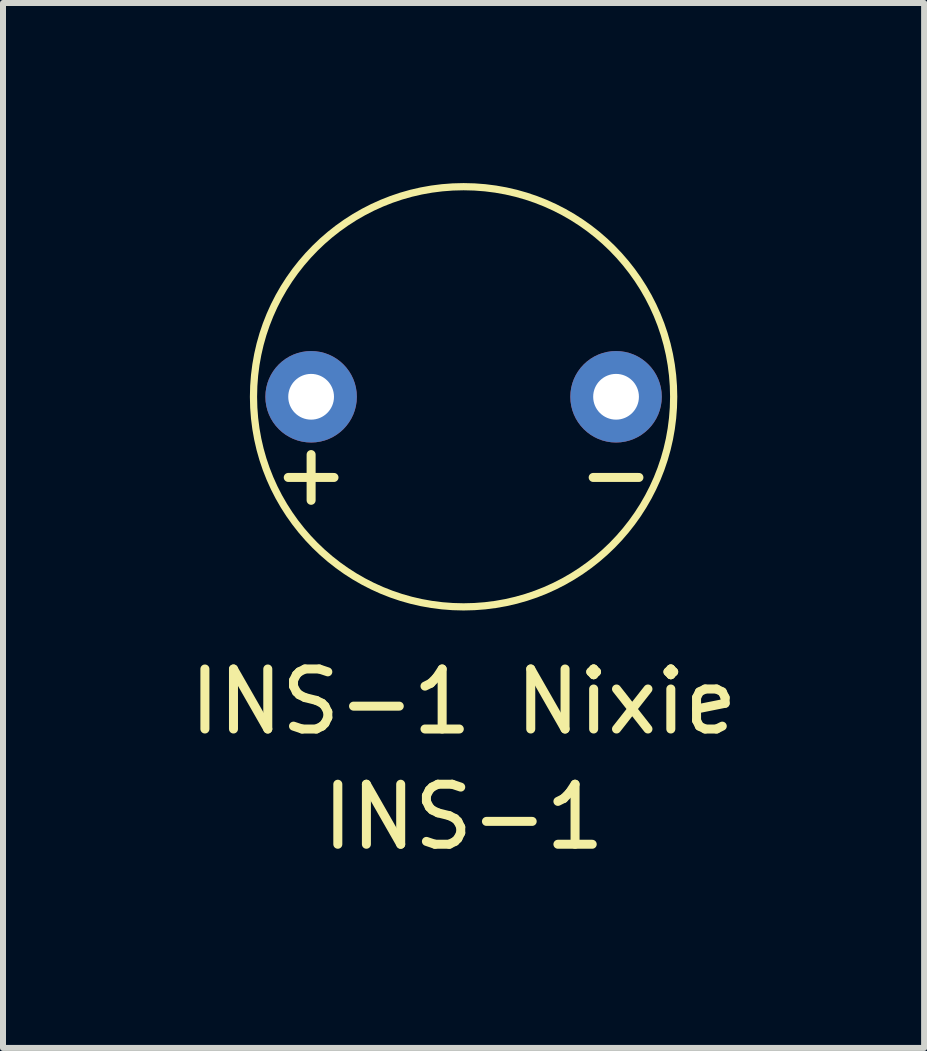
<source format=kicad_pcb>
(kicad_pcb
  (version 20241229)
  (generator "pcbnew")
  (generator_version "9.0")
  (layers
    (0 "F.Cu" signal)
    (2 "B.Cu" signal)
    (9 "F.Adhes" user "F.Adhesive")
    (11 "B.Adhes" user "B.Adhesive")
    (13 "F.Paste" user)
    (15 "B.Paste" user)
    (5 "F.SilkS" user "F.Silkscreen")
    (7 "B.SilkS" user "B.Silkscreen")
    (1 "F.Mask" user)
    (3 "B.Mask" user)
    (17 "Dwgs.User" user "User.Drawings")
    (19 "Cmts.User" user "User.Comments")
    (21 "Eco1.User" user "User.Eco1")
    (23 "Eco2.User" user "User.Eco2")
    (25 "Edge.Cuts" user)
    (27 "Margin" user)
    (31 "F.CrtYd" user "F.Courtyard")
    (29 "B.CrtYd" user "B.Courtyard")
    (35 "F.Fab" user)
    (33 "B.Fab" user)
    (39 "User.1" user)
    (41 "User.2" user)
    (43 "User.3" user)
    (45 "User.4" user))
  (footprint "INS-1"
    (layer "F.Cu")
    (at 4.673 3.56)
    (property "Reference" "INS-1" (at 0 7 0) (layer "F.SilkS") (effects (font (size 1 1) (thickness 0.15))))
    (attr through_hole)
    (fp_circle (center 0 0) (end 3.5 0) (stroke (width 0.12) (type solid)) (fill no) (layer "F.SilkS"))
    (fp_text user "INS-1 Nixie" (at 0 5.08 0) (layer "F.SilkS") (effects (font (size 1 1) (thickness 0.15))))
    (fp_text user "+" (at -2.54 1.27 0) (layer "F.SilkS") (effects (font (size 1 1) (thickness 0.15))))
    (fp_text user "-" (at 2.54 1.27 0) (layer "F.SilkS") (effects (font (size 1 1) (thickness 0.15))))
    (pad "1" thru_hole circle (at -2.54 0) (size 1.524 1.524) (drill 0.762) (layers "*.Cu" "*.Mask"))
    (pad "2" thru_hole circle (at 2.54 0) (size 1.524 1.524) (drill 0.762) (layers "*.Cu" "*.Mask")))
  (gr_rect
    (start -3 -3)
    (end 12.345 14.408)
    (stroke (width 0.1) (type default))
    (fill no)
    (layer "Edge.Cuts")))
</source>
